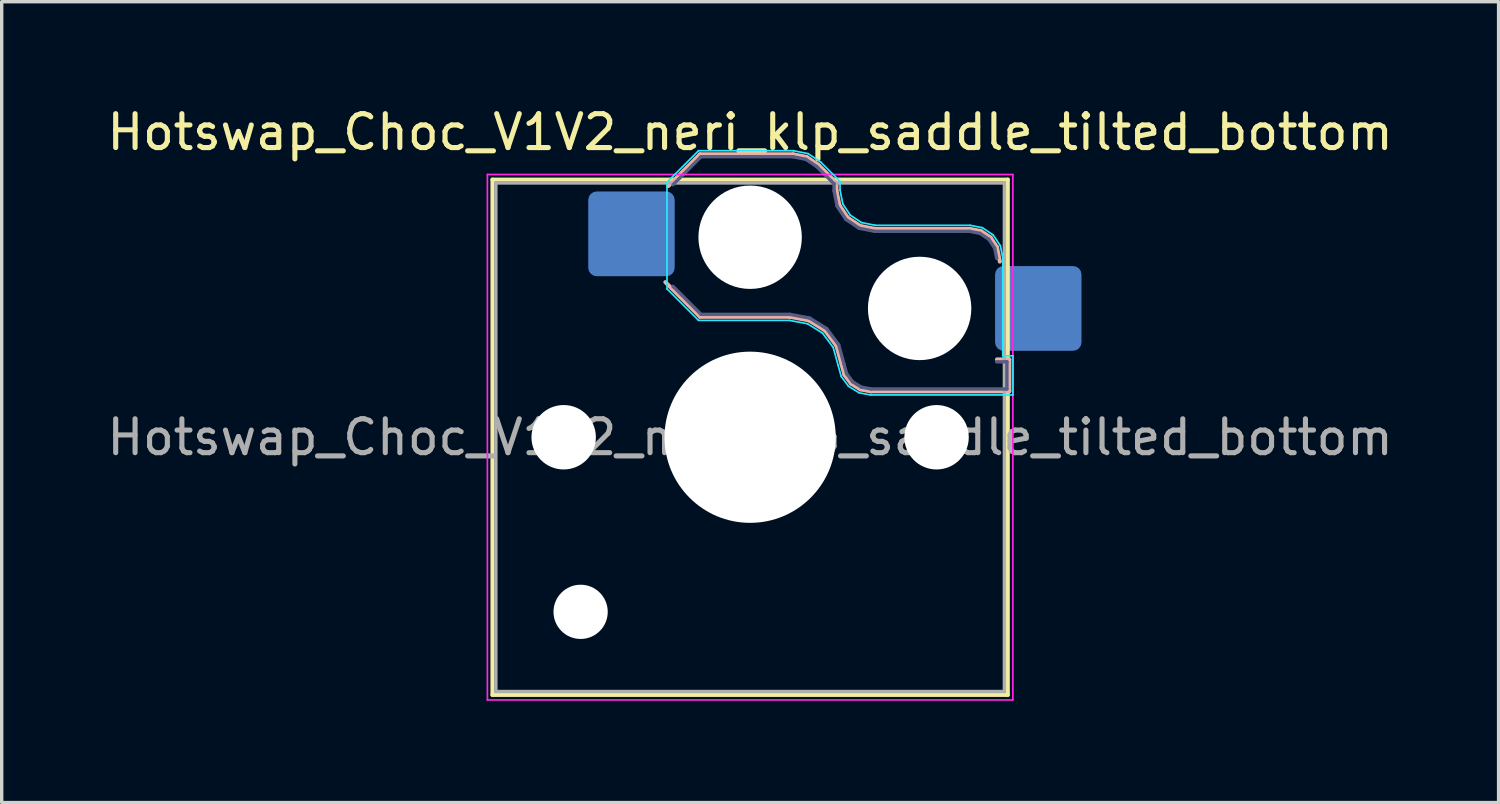
<source format=kicad_pcb>
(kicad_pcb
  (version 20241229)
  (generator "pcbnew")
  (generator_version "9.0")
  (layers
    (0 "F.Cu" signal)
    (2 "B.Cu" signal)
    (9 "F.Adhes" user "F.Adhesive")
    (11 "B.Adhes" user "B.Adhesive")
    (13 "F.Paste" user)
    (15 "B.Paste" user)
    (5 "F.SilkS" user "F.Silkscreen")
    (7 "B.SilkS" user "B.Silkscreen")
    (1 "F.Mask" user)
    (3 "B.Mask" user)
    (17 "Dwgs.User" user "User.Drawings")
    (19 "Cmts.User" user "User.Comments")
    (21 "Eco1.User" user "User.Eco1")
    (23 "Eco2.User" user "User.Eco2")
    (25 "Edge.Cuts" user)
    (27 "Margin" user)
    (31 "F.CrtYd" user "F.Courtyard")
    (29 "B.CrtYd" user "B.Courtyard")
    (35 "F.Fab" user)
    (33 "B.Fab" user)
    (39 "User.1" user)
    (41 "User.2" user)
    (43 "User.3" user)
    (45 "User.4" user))
  (footprint "Hotswap_Choc_V1V2_neri_klp_saddle_tilted_bottom"
    (layer "F.Cu")
    (at 19.077 9.848)
    (property "Reference" "Hotswap_Choc_V1V2_neri_klp_saddle_tilted_bottom" (at 0 -9 0) (layer "F.SilkS") (effects (font (size 1 1) (thickness 0.15))))
    (attr smd)
    (fp_line (start -7.6 -7.6) (end -7.6 7.6) (stroke (width 0.12) (type solid)) (layer "F.SilkS"))
    (fp_line (start -7.6 7.6) (end 7.6 7.6) (stroke (width 0.12) (type solid)) (layer "F.SilkS"))
    (fp_line (start 7.6 -7.6) (end -7.6 -7.6) (stroke (width 0.12) (type solid)) (layer "F.SilkS"))
    (fp_line (start 7.6 7.6) (end 7.6 -7.6) (stroke (width 0.12) (type solid)) (layer "F.SilkS"))
    (fp_line (start -2.416 -7.409) (end -1.479 -8.346) (stroke (width 0.12) (type solid)) (layer "B.SilkS"))
    (fp_line (start -1.479 -8.346) (end 1.268 -8.346) (stroke (width 0.12) (type solid)) (layer "B.SilkS"))
    (fp_line (start -1.479 -3.554) (end -2.5 -4.575) (stroke (width 0.12) (type solid)) (layer "B.SilkS"))
    (fp_line (start 1.168 -3.554) (end -1.479 -3.554) (stroke (width 0.12) (type solid)) (layer "B.SilkS"))
    (fp_line (start 1.268 -8.346) (end 1.671 -8.266) (stroke (width 0.12) (type solid)) (layer "B.SilkS"))
    (fp_line (start 1.671 -8.266) (end 2.013 -8.037) (stroke (width 0.12) (type solid)) (layer "B.SilkS"))
    (fp_line (start 1.73 -3.449) (end 1.168 -3.554) (stroke (width 0.12) (type solid)) (layer "B.SilkS"))
    (fp_line (start 2.013 -8.037) (end 2.546 -7.504) (stroke (width 0.12) (type solid)) (layer "B.SilkS"))
    (fp_line (start 2.209 -3.15) (end 1.73 -3.449) (stroke (width 0.12) (type solid)) (layer "B.SilkS"))
    (fp_line (start 2.546 -7.504) (end 2.546 -7.282) (stroke (width 0.12) (type solid)) (layer "B.SilkS"))
    (fp_line (start 2.546 -7.282) (end 2.633 -6.844) (stroke (width 0.12) (type solid)) (layer "B.SilkS"))
    (fp_line (start 2.547 -2.697) (end 2.209 -3.15) (stroke (width 0.12) (type solid)) (layer "B.SilkS"))
    (fp_line (start 2.633 -6.844) (end 2.877 -6.477) (stroke (width 0.12) (type solid)) (layer "B.SilkS"))
    (fp_line (start 2.701 -2.139) (end 2.547 -2.697) (stroke (width 0.12) (type solid)) (layer "B.SilkS"))
    (fp_line (start 2.783 -1.841) (end 2.701 -2.139) (stroke (width 0.12) (type solid)) (layer "B.SilkS"))
    (fp_line (start 2.877 -6.477) (end 3.244 -6.233) (stroke (width 0.12) (type solid)) (layer "B.SilkS"))
    (fp_line (start 2.976 -1.583) (end 2.783 -1.841) (stroke (width 0.12) (type solid)) (layer "B.SilkS"))
    (fp_line (start 3.244 -6.233) (end 3.682 -6.146) (stroke (width 0.12) (type solid)) (layer "B.SilkS"))
    (fp_line (start 3.25 -1.413) (end 2.976 -1.583) (stroke (width 0.12) (type solid)) (layer "B.SilkS"))
    (fp_line (start 3.56 -1.354) (end 3.25 -1.413) (stroke (width 0.12) (type solid)) (layer "B.SilkS"))
    (fp_line (start 3.682 -6.146) (end 6.482 -6.146) (stroke (width 0.12) (type solid)) (layer "B.SilkS"))
    (fp_line (start 6.482 -6.146) (end 6.809 -6.081) (stroke (width 0.12) (type solid)) (layer "B.SilkS"))
    (fp_line (start 6.809 -6.081) (end 7.092 -5.892) (stroke (width 0.12) (type solid)) (layer "B.SilkS"))
    (fp_line (start 7.092 -5.892) (end 7.281 -5.609) (stroke (width 0.12) (type solid)) (layer "B.SilkS"))
    (fp_line (start 7.281 -5.609) (end 7.366 -5.182) (stroke (width 0.12) (type solid)) (layer "B.SilkS"))
    (fp_line (start 7.283 -2.296) (end 7.646 -2.296) (stroke (width 0.12) (type solid)) (layer "B.SilkS"))
    (fp_line (start 7.646 -2.296) (end 7.646 -1.354) (stroke (width 0.12) (type solid)) (layer "B.SilkS"))
    (fp_line (start 7.646 -1.354) (end 3.56 -1.354) (stroke (width 0.12) (type solid)) (layer "B.SilkS"))
    (fp_line (start -7.25 -7.25) (end -7.25 7.25) (stroke (width 0.1) (type solid)) (layer "Eco1.User"))
    (fp_line (start -7.25 7.25) (end 7.25 7.25) (stroke (width 0.1) (type solid)) (layer "Eco1.User"))
    (fp_line (start 7.25 -7.25) (end -7.25 -7.25) (stroke (width 0.1) (type solid)) (layer "Eco1.User"))
    (fp_line (start 7.25 7.25) (end 7.25 -7.25) (stroke (width 0.1) (type solid)) (layer "Eco1.User"))
    (fp_line (start -2.452 -7.523) (end -1.523 -8.452) (stroke (width 0.05) (type solid)) (layer "B.CrtYd"))
    (fp_line (start -2.452 -4.377) (end -2.452 -7.523) (stroke (width 0.05) (type solid)) (layer "B.CrtYd"))
    (fp_line (start -1.523 -8.452) (end 1.278 -8.452) (stroke (width 0.05) (type solid)) (layer "B.CrtYd"))
    (fp_line (start -1.523 -3.448) (end -2.452 -4.377) (stroke (width 0.05) (type solid)) (layer "B.CrtYd"))
    (fp_line (start 1.159 -3.448) (end -1.523 -3.448) (stroke (width 0.05) (type solid)) (layer "B.CrtYd"))
    (fp_line (start 1.278 -8.452) (end 1.712 -8.366) (stroke (width 0.05) (type solid)) (layer "B.CrtYd"))
    (fp_line (start 1.691 -3.348) (end 1.159 -3.448) (stroke (width 0.05) (type solid)) (layer "B.CrtYd"))
    (fp_line (start 1.712 -8.366) (end 2.081 -8.119) (stroke (width 0.05) (type solid)) (layer "B.CrtYd"))
    (fp_line (start 2.081 -8.119) (end 2.652 -7.548) (stroke (width 0.05) (type solid)) (layer "B.CrtYd"))
    (fp_line (start 2.136 -3.071) (end 1.691 -3.348) (stroke (width 0.05) (type solid)) (layer "B.CrtYd"))
    (fp_line (start 2.45 -2.65) (end 2.136 -3.071) (stroke (width 0.05) (type solid)) (layer "B.CrtYd"))
    (fp_line (start 2.599 -2.111) (end 2.45 -2.65) (stroke (width 0.05) (type solid)) (layer "B.CrtYd"))
    (fp_line (start 2.652 -7.548) (end 2.652 -7.292) (stroke (width 0.05) (type solid)) (layer "B.CrtYd"))
    (fp_line (start 2.652 -7.292) (end 2.733 -6.885) (stroke (width 0.05) (type solid)) (layer "B.CrtYd"))
    (fp_line (start 2.687 -1.794) (end 2.599 -2.111) (stroke (width 0.05) (type solid)) (layer "B.CrtYd"))
    (fp_line (start 2.733 -6.885) (end 2.953 -6.553) (stroke (width 0.05) (type solid)) (layer "B.CrtYd"))
    (fp_line (start 2.903 -1.503) (end 2.687 -1.794) (stroke (width 0.05) (type solid)) (layer "B.CrtYd"))
    (fp_line (start 2.953 -6.553) (end 3.285 -6.333) (stroke (width 0.05) (type solid)) (layer "B.CrtYd"))
    (fp_line (start 3.211 -1.312) (end 2.903 -1.503) (stroke (width 0.05) (type solid)) (layer "B.CrtYd"))
    (fp_line (start 3.285 -6.333) (end 3.692 -6.252) (stroke (width 0.05) (type solid)) (layer "B.CrtYd"))
    (fp_line (start 3.55 -1.248) (end 3.211 -1.312) (stroke (width 0.05) (type solid)) (layer "B.CrtYd"))
    (fp_line (start 3.692 -6.252) (end 6.492 -6.252) (stroke (width 0.05) (type solid)) (layer "B.CrtYd"))
    (fp_line (start 6.492 -6.252) (end 6.85 -6.181) (stroke (width 0.05) (type solid)) (layer "B.CrtYd"))
    (fp_line (start 6.85 -6.181) (end 7.168 -5.968) (stroke (width 0.05) (type solid)) (layer "B.CrtYd"))
    (fp_line (start 7.168 -5.968) (end 7.381 -5.65) (stroke (width 0.05) (type solid)) (layer "B.CrtYd"))
    (fp_line (start 7.381 -5.65) (end 7.452 -5.292) (stroke (width 0.05) (type solid)) (layer "B.CrtYd"))
    (fp_line (start 7.452 -5.292) (end 7.452 -2.402) (stroke (width 0.05) (type solid)) (layer "B.CrtYd"))
    (fp_line (start 7.452 -2.402) (end 7.752 -2.402) (stroke (width 0.05) (type solid)) (layer "B.CrtYd"))
    (fp_line (start 7.752 -2.402) (end 7.752 -1.248) (stroke (width 0.05) (type solid)) (layer "B.CrtYd"))
    (fp_line (start 7.752 -1.248) (end 3.55 -1.248) (stroke (width 0.05) (type solid)) (layer "B.CrtYd"))
    (fp_line (start -7.75 -7.75) (end -7.75 7.75) (stroke (width 0.05) (type solid)) (layer "F.CrtYd"))
    (fp_line (start -7.75 7.75) (end 7.75 7.75) (stroke (width 0.05) (type solid)) (layer "F.CrtYd"))
    (fp_line (start 7.75 -7.75) (end -7.75 -7.75) (stroke (width 0.05) (type solid)) (layer "F.CrtYd"))
    (fp_line (start 7.75 7.75) (end 7.75 -7.75) (stroke (width 0.05) (type solid)) (layer "F.CrtYd"))
    (fp_line (start -2.275 -7.45) (end -1.45 -8.275) (stroke (width 0.1) (type solid)) (layer "B.Fab"))
    (fp_line (start -1.45 -8.275) (end 1.261 -8.275) (stroke (width 0.1) (type solid)) (layer "B.Fab"))
    (fp_line (start -1.45 -3.625) (end -2.275 -4.45) (stroke (width 0.1) (type solid)) (layer "B.Fab"))
    (fp_line (start 1.175 -3.625) (end -1.45 -3.625) (stroke (width 0.1) (type solid)) (layer "B.Fab"))
    (fp_line (start 1.261 -8.275) (end 1.643 -8.199) (stroke (width 0.1) (type solid)) (layer "B.Fab"))
    (fp_line (start 1.643 -8.199) (end 1.968 -7.982) (stroke (width 0.1) (type solid)) (layer "B.Fab"))
    (fp_line (start 1.756 -3.516) (end 1.175 -3.625) (stroke (width 0.1) (type solid)) (layer "B.Fab"))
    (fp_line (start 1.968 -7.982) (end 2.475 -7.475) (stroke (width 0.1) (type solid)) (layer "B.Fab"))
    (fp_line (start 2.258 -3.203) (end 1.756 -3.516) (stroke (width 0.1) (type solid)) (layer "B.Fab"))
    (fp_line (start 2.475 -7.475) (end 2.475 -7.275) (stroke (width 0.1) (type solid)) (layer "B.Fab"))
    (fp_line (start 2.475 -7.275) (end 2.566 -6.816) (stroke (width 0.1) (type solid)) (layer "B.Fab"))
    (fp_line (start 2.566 -6.816) (end 2.826 -6.426) (stroke (width 0.1) (type solid)) (layer "B.Fab"))
    (fp_line (start 2.612 -2.729) (end 2.258 -3.203) (stroke (width 0.1) (type solid)) (layer "B.Fab"))
    (fp_line (start 2.769 -2.158) (end 2.612 -2.729) (stroke (width 0.1) (type solid)) (layer "B.Fab"))
    (fp_line (start 2.826 -6.426) (end 3.216 -6.166) (stroke (width 0.1) (type solid)) (layer "B.Fab"))
    (fp_line (start 2.848 -1.873) (end 2.769 -2.158) (stroke (width 0.1) (type solid)) (layer "B.Fab"))
    (fp_line (start 3.025 -1.636) (end 2.848 -1.873) (stroke (width 0.1) (type solid)) (layer "B.Fab"))
    (fp_line (start 3.216 -6.166) (end 3.675 -6.075) (stroke (width 0.1) (type solid)) (layer "B.Fab"))
    (fp_line (start 3.276 -1.48) (end 3.025 -1.636) (stroke (width 0.1) (type solid)) (layer "B.Fab"))
    (fp_line (start 3.567 -1.425) (end 3.276 -1.48) (stroke (width 0.1) (type solid)) (layer "B.Fab"))
    (fp_line (start 3.675 -6.075) (end 6.475 -6.075) (stroke (width 0.1) (type solid)) (layer "B.Fab"))
    (fp_line (start 6.475 -6.075) (end 6.781 -6.014) (stroke (width 0.1) (type solid)) (layer "B.Fab"))
    (fp_line (start 6.781 -6.014) (end 7.041 -5.841) (stroke (width 0.1) (type solid)) (layer "B.Fab"))
    (fp_line (start 7.041 -5.841) (end 7.214 -5.581) (stroke (width 0.1) (type solid)) (layer "B.Fab"))
    (fp_line (start 7.214 -5.581) (end 7.275 -5.275) (stroke (width 0.1) (type solid)) (layer "B.Fab"))
    (fp_line (start 7.275 -2.225) (end 7.575 -2.225) (stroke (width 0.1) (type solid)) (layer "B.Fab"))
    (fp_line (start 7.575 -2.225) (end 7.575 -1.425) (stroke (width 0.1) (type solid)) (layer "B.Fab"))
    (fp_line (start 7.575 -1.425) (end 3.567 -1.425) (stroke (width 0.1) (type solid)) (layer "B.Fab"))
    (fp_line (start -7.5 -7.5) (end -7.5 7.5) (stroke (width 0.1) (type solid)) (layer "F.Fab"))
    (fp_line (start -7.5 7.5) (end 7.5 7.5) (stroke (width 0.1) (type solid)) (layer "F.Fab"))
    (fp_line (start 7.5 -7.5) (end -7.5 -7.5) (stroke (width 0.1) (type solid)) (layer "F.Fab"))
    (fp_line (start 7.5 7.5) (end 7.5 -7.5) (stroke (width 0.1) (type solid)) (layer "F.Fab"))
    (fp_text user "${REFERENCE}" (at 0 0 0) (layer "F.Fab") (effects (font (size 1 1) (thickness 0.15))))
    (pad "" np_thru_hole circle (at -5.5 0) (size 1.9 1.9) (drill 1.9) (layers "*.Cu" "*.Mask"))
    (pad "" np_thru_hole circle (at -5 5.15) (size 1.6 1.6) (drill 1.6) (layers "*.Cu" "*.Mask"))
    (pad "" np_thru_hole circle (at 0 -5.9) (size 3.05 3.05) (drill 3.05) (layers "*.Cu" "*.Mask"))
    (pad "" np_thru_hole circle (at 0 0) (size 5.05 5.05) (drill 5.05) (layers "*.Cu" "*.Mask"))
    (pad "" np_thru_hole circle (at 5 -3.8) (size 3.05 3.05) (drill 3.05) (layers "*.Cu" "*.Mask"))
    (pad "" np_thru_hole circle (at 5.5 0) (size 1.9 1.9) (drill 1.9) (layers "*.Cu" "*.Mask"))
    (pad "1" smd roundrect (at -3.5 -6) (size 2.55 2.5) (layers "B.Cu" "B.Mask" "B.Paste") (roundrect_rratio 0.1))
    (pad "2" smd roundrect (at 8.5 -3.8) (size 2.55 2.5) (layers "B.Cu" "B.Mask" "B.Paste") (roundrect_rratio 0.1)))
  (gr_rect
    (start -3 -3)
    (end 41.155 20.623)
    (stroke (width 0.1) (type default))
    (fill no)
    (layer "Edge.Cuts")))
</source>
